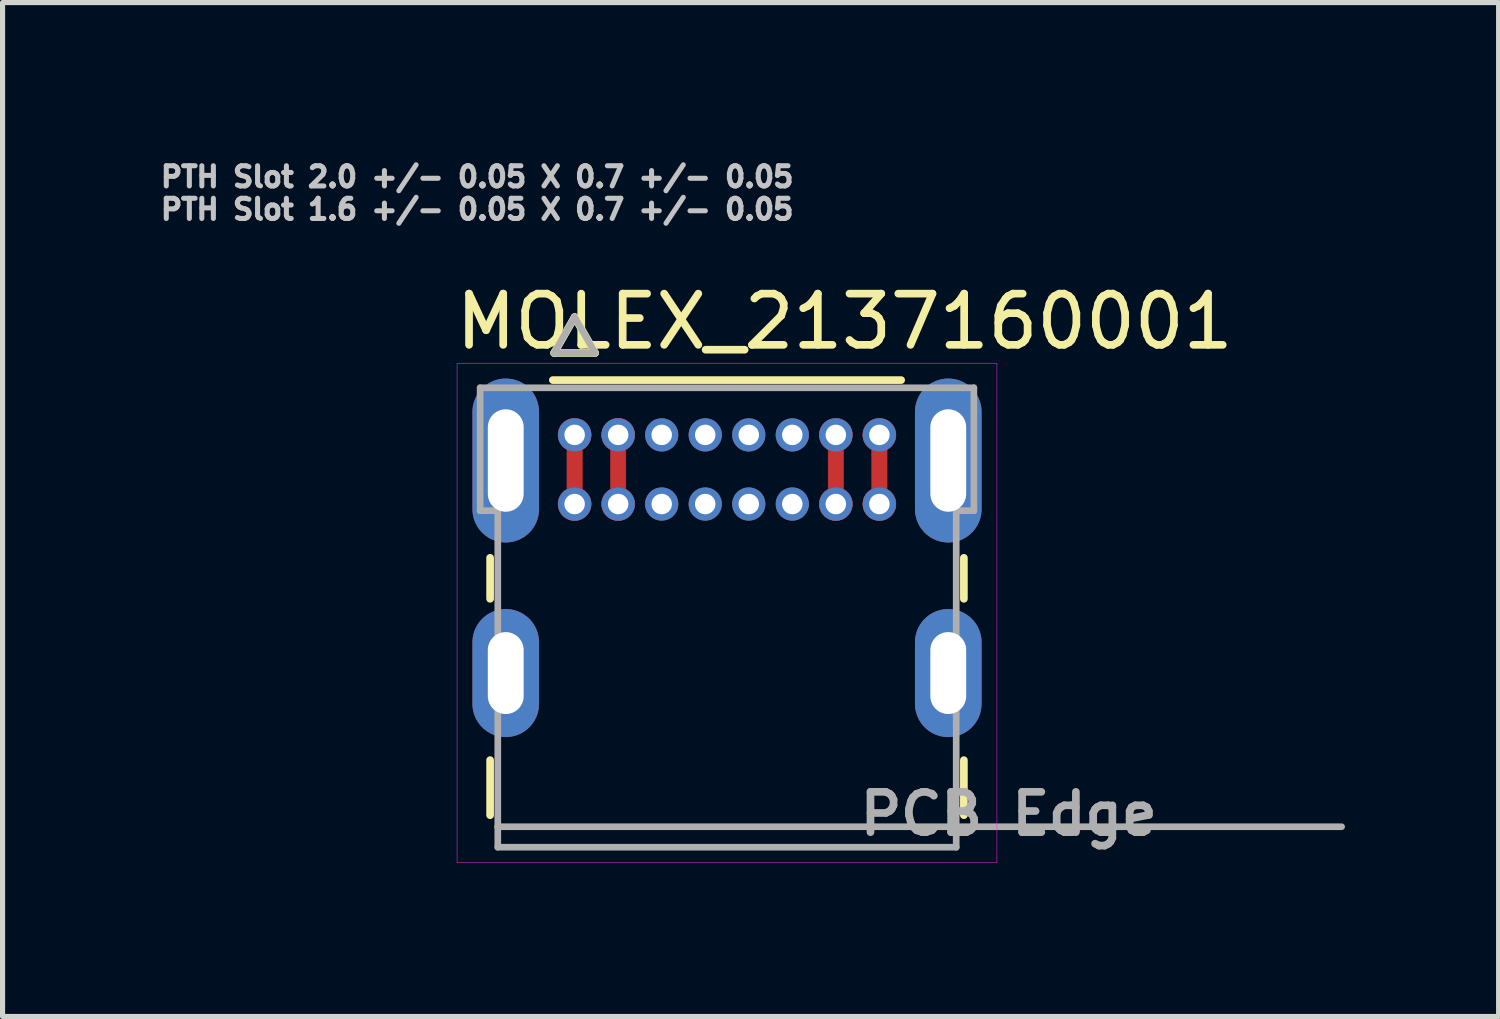
<source format=kicad_pcb>
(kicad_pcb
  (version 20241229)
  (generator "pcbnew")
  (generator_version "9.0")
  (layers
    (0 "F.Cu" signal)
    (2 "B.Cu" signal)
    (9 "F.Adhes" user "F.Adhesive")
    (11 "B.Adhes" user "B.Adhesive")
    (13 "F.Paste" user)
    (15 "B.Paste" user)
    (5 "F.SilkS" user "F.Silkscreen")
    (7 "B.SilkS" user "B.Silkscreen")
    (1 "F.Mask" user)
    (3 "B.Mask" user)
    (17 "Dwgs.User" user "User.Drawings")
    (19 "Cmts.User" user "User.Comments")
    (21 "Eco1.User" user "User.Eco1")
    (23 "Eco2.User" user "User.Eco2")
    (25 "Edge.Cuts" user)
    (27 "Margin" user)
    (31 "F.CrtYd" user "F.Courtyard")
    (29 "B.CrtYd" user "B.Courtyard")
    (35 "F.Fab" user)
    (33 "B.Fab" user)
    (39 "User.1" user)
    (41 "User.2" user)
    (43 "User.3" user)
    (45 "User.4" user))
  (footprint "MOLEX_2137160001"
    (layer "F.Cu")
    (at 11.144 13.091)
    (property "Reference" "MOLEX_2137160001" (at 2.297 -9.863 0) (layer "F.SilkS") (effects (font (size 1 1) (thickness 0.15))))
    (attr through_hole)
    (fp_poly (pts (xy -2.825 -6.587) (xy -2.775 -6.555) (xy -2.733 -6.516) (xy -2.699 -6.47) (xy -2.673 -6.419) (xy -2.657 -6.364) (xy -2.651 -6.307) (xy -2.655 -6.25) (xy -2.669 -6.194) (xy -2.692 -6.142) (xy -2.724 -6.095) (xy -2.764 -6.054) (xy -2.811 -6.021) (xy -2.863 -5.996) (xy -2.918 -5.981) (xy -2.975 -5.976) (xy -3.032 -5.981) (xy -3.087 -5.996) (xy -3.139 -6.021) (xy -3.186 -6.054) (xy -3.226 -6.095) (xy -3.258 -6.142) (xy -3.281 -6.194) (xy -3.295 -6.25) (xy -3.299 -6.307) (xy -3.293 -6.364) (xy -3.277 -6.419) (xy -3.251 -6.47) (xy -3.217 -6.516) (xy -3.175 -6.555) (xy -3.125 -6.587) (xy -3.125 -7.363) (xy -3.175 -7.395) (xy -3.217 -7.434) (xy -3.251 -7.48) (xy -3.277 -7.531) (xy -3.293 -7.586) (xy -3.299 -7.643) (xy -3.295 -7.7) (xy -3.281 -7.756) (xy -3.258 -7.808) (xy -3.226 -7.855) (xy -3.186 -7.896) (xy -3.139 -7.929) (xy -3.087 -7.954) (xy -3.032 -7.969) (xy -2.975 -7.974) (xy -2.918 -7.969) (xy -2.863 -7.954) (xy -2.811 -7.929) (xy -2.764 -7.896) (xy -2.724 -7.855) (xy -2.692 -7.808) (xy -2.669 -7.756) (xy -2.655 -7.7) (xy -2.651 -7.643) (xy -2.657 -7.586) (xy -2.673 -7.531) (xy -2.699 -7.48) (xy -2.733 -7.434) (xy -2.775 -7.395) (xy -2.825 -7.363) (xy -2.825 -6.587) (xy -2.825 -6.587)) (stroke (width 0.01) (type solid)) (fill yes) (layer "F.Cu"))
    (fp_poly (pts (xy -1.975 -6.587) (xy -1.925 -6.555) (xy -1.883 -6.516) (xy -1.849 -6.47) (xy -1.823 -6.419) (xy -1.807 -6.364) (xy -1.801 -6.307) (xy -1.805 -6.25) (xy -1.819 -6.194) (xy -1.842 -6.142) (xy -1.874 -6.095) (xy -1.914 -6.054) (xy -1.961 -6.021) (xy -2.013 -5.996) (xy -2.068 -5.981) (xy -2.125 -5.976) (xy -2.182 -5.981) (xy -2.237 -5.996) (xy -2.289 -6.021) (xy -2.336 -6.054) (xy -2.376 -6.095) (xy -2.408 -6.142) (xy -2.431 -6.194) (xy -2.445 -6.25) (xy -2.449 -6.307) (xy -2.443 -6.364) (xy -2.427 -6.419) (xy -2.401 -6.47) (xy -2.367 -6.516) (xy -2.325 -6.555) (xy -2.275 -6.587) (xy -2.275 -7.363) (xy -2.325 -7.395) (xy -2.367 -7.434) (xy -2.401 -7.48) (xy -2.427 -7.531) (xy -2.443 -7.586) (xy -2.449 -7.643) (xy -2.445 -7.7) (xy -2.431 -7.756) (xy -2.408 -7.808) (xy -2.376 -7.855) (xy -2.336 -7.896) (xy -2.289 -7.929) (xy -2.237 -7.954) (xy -2.182 -7.969) (xy -2.125 -7.974) (xy -2.068 -7.969) (xy -2.013 -7.954) (xy -1.961 -7.929) (xy -1.914 -7.896) (xy -1.874 -7.855) (xy -1.842 -7.808) (xy -1.819 -7.756) (xy -1.805 -7.7) (xy -1.801 -7.643) (xy -1.807 -7.586) (xy -1.823 -7.531) (xy -1.849 -7.48) (xy -1.883 -7.434) (xy -1.925 -7.395) (xy -1.975 -7.363) (xy -1.975 -6.587) (xy -1.975 -6.587)) (stroke (width 0.01) (type solid)) (fill yes) (layer "F.Cu"))
    (fp_poly (pts (xy 1.975 -7.363) (xy 1.975 -6.587) (xy 1.925 -6.555) (xy 1.883 -6.516) (xy 1.849 -6.47) (xy 1.823 -6.419) (xy 1.807 -6.364) (xy 1.801 -6.307) (xy 1.805 -6.25) (xy 1.819 -6.194) (xy 1.842 -6.142) (xy 1.874 -6.095) (xy 1.914 -6.054) (xy 1.961 -6.021) (xy 2.013 -5.996) (xy 2.068 -5.981) (xy 2.125 -5.976) (xy 2.182 -5.981) (xy 2.237 -5.996) (xy 2.289 -6.021) (xy 2.336 -6.054) (xy 2.376 -6.095) (xy 2.408 -6.142) (xy 2.431 -6.194) (xy 2.445 -6.25) (xy 2.449 -6.307) (xy 2.443 -6.364) (xy 2.427 -6.419) (xy 2.401 -6.47) (xy 2.367 -6.516) (xy 2.325 -6.555) (xy 2.275 -6.587) (xy 2.275 -7.363) (xy 2.325 -7.395) (xy 2.367 -7.434) (xy 2.401 -7.48) (xy 2.427 -7.531) (xy 2.443 -7.586) (xy 2.449 -7.643) (xy 2.445 -7.7) (xy 2.431 -7.756) (xy 2.408 -7.808) (xy 2.376 -7.855) (xy 2.336 -7.896) (xy 2.289 -7.929) (xy 2.237 -7.954) (xy 2.182 -7.969) (xy 2.125 -7.974) (xy 2.068 -7.969) (xy 2.013 -7.954) (xy 1.961 -7.929) (xy 1.914 -7.896) (xy 1.874 -7.855) (xy 1.842 -7.808) (xy 1.819 -7.756) (xy 1.805 -7.7) (xy 1.801 -7.643) (xy 1.807 -7.586) (xy 1.823 -7.531) (xy 1.849 -7.48) (xy 1.883 -7.434) (xy 1.925 -7.395) (xy 1.975 -7.363) (xy 1.975 -7.363)) (stroke (width 0.01) (type solid)) (fill yes) (layer "F.Cu"))
    (fp_poly (pts (xy 3.125 -6.587) (xy 3.175 -6.555) (xy 3.217 -6.516) (xy 3.251 -6.47) (xy 3.277 -6.419) (xy 3.293 -6.364) (xy 3.299 -6.307) (xy 3.295 -6.25) (xy 3.281 -6.194) (xy 3.258 -6.142) (xy 3.226 -6.095) (xy 3.186 -6.054) (xy 3.139 -6.021) (xy 3.087 -5.996) (xy 3.032 -5.981) (xy 2.975 -5.976) (xy 2.918 -5.981) (xy 2.863 -5.996) (xy 2.811 -6.021) (xy 2.764 -6.054) (xy 2.724 -6.095) (xy 2.692 -6.142) (xy 2.669 -6.194) (xy 2.655 -6.25) (xy 2.651 -6.307) (xy 2.657 -6.364) (xy 2.673 -6.419) (xy 2.699 -6.47) (xy 2.733 -6.516) (xy 2.775 -6.555) (xy 2.825 -6.587) (xy 2.825 -7.363) (xy 2.775 -7.395) (xy 2.733 -7.434) (xy 2.699 -7.48) (xy 2.673 -7.531) (xy 2.657 -7.586) (xy 2.651 -7.643) (xy 2.655 -7.7) (xy 2.669 -7.756) (xy 2.692 -7.808) (xy 2.724 -7.855) (xy 2.764 -7.896) (xy 2.811 -7.929) (xy 2.863 -7.954) (xy 2.918 -7.969) (xy 2.975 -7.974) (xy 3.032 -7.969) (xy 3.087 -7.954) (xy 3.139 -7.929) (xy 3.186 -7.896) (xy 3.226 -7.855) (xy 3.258 -7.808) (xy 3.281 -7.756) (xy 3.295 -7.7) (xy 3.299 -7.643) (xy 3.293 -7.586) (xy 3.277 -7.531) (xy 3.251 -7.48) (xy 3.217 -7.434) (xy 3.175 -7.395) (xy 3.125 -7.363) (xy 3.125 -6.587) (xy 3.125 -6.587)) (stroke (width 0.01) (type solid)) (fill yes) (layer "F.Cu"))
    (fp_circle (center -1.275 -7.65) (end -1.081 -7.65) (stroke (width 0.388) (type solid)) (fill no) (layer "F.Mask"))
    (fp_circle (center -1.275 -6.3) (end -1.081 -6.3) (stroke (width 0.388) (type solid)) (fill no) (layer "F.Mask"))
    (fp_circle (center -0.425 -7.65) (end -0.231 -7.65) (stroke (width 0.388) (type solid)) (fill no) (layer "F.Mask"))
    (fp_circle (center -0.425 -6.3) (end -0.231 -6.3) (stroke (width 0.388) (type solid)) (fill no) (layer "F.Mask"))
    (fp_circle (center 0.425 -7.65) (end 0.619 -7.65) (stroke (width 0.388) (type solid)) (fill no) (layer "F.Mask"))
    (fp_circle (center 0.425 -6.3) (end 0.619 -6.3) (stroke (width 0.388) (type solid)) (fill no) (layer "F.Mask"))
    (fp_circle (center 1.275 -7.65) (end 1.469 -7.65) (stroke (width 0.388) (type solid)) (fill no) (layer "F.Mask"))
    (fp_circle (center 1.275 -6.3) (end 1.469 -6.3) (stroke (width 0.388) (type solid)) (fill no) (layer "F.Mask"))
    (fp_poly (pts (xy -3.188 -7.327) (xy -3.188 -6.623) (xy -3.238 -6.584) (xy -3.283 -6.535) (xy -3.318 -6.48) (xy -3.344 -6.418) (xy -3.359 -6.354) (xy -3.362 -6.288) (xy -3.355 -6.222) (xy -3.336 -6.159) (xy -3.306 -6.099) (xy -3.267 -6.046) (xy -3.22 -6) (xy -3.165 -5.962) (xy -3.105 -5.935) (xy -3.041 -5.918) (xy -2.975 -5.912) (xy -2.909 -5.918) (xy -2.845 -5.935) (xy -2.785 -5.962) (xy -2.73 -6) (xy -2.683 -6.046) (xy -2.644 -6.099) (xy -2.614 -6.159) (xy -2.595 -6.222) (xy -2.588 -6.288) (xy -2.591 -6.354) (xy -2.606 -6.418) (xy -2.632 -6.48) (xy -2.667 -6.535) (xy -2.712 -6.584) (xy -2.761 -6.623) (xy -2.761 -7.327) (xy -2.712 -7.366) (xy -2.667 -7.415) (xy -2.632 -7.47) (xy -2.606 -7.532) (xy -2.591 -7.596) (xy -2.588 -7.662) (xy -2.595 -7.728) (xy -2.614 -7.791) (xy -2.644 -7.851) (xy -2.683 -7.904) (xy -2.73 -7.95) (xy -2.785 -7.988) (xy -2.845 -8.015) (xy -2.909 -8.032) (xy -2.975 -8.038) (xy -3.041 -8.032) (xy -3.105 -8.015) (xy -3.165 -7.988) (xy -3.22 -7.95) (xy -3.267 -7.904) (xy -3.306 -7.851) (xy -3.336 -7.791) (xy -3.355 -7.728) (xy -3.362 -7.662) (xy -3.359 -7.596) (xy -3.344 -7.532) (xy -3.318 -7.47) (xy -3.283 -7.415) (xy -3.238 -7.366) (xy -3.188 -7.327) (xy -3.188 -7.327)) (stroke (width 0.01) (type solid)) (fill yes) (layer "F.Mask"))
    (fp_poly (pts (xy -1.911 -6.623) (xy -1.862 -6.584) (xy -1.817 -6.535) (xy -1.782 -6.48) (xy -1.756 -6.418) (xy -1.741 -6.354) (xy -1.738 -6.288) (xy -1.745 -6.222) (xy -1.764 -6.159) (xy -1.794 -6.099) (xy -1.833 -6.046) (xy -1.88 -6) (xy -1.935 -5.962) (xy -1.995 -5.935) (xy -2.059 -5.918) (xy -2.125 -5.912) (xy -2.191 -5.918) (xy -2.255 -5.935) (xy -2.315 -5.962) (xy -2.37 -6) (xy -2.417 -6.046) (xy -2.456 -6.099) (xy -2.486 -6.159) (xy -2.505 -6.222) (xy -2.512 -6.288) (xy -2.509 -6.354) (xy -2.494 -6.418) (xy -2.468 -6.48) (xy -2.433 -6.535) (xy -2.388 -6.584) (xy -2.338 -6.623) (xy -2.338 -7.327) (xy -2.388 -7.366) (xy -2.433 -7.415) (xy -2.468 -7.47) (xy -2.494 -7.532) (xy -2.509 -7.596) (xy -2.512 -7.662) (xy -2.505 -7.728) (xy -2.486 -7.791) (xy -2.456 -7.851) (xy -2.417 -7.904) (xy -2.37 -7.95) (xy -2.315 -7.988) (xy -2.255 -8.015) (xy -2.191 -8.032) (xy -2.125 -8.038) (xy -2.059 -8.032) (xy -1.995 -8.015) (xy -1.935 -7.988) (xy -1.88 -7.95) (xy -1.833 -7.904) (xy -1.794 -7.851) (xy -1.764 -7.791) (xy -1.745 -7.728) (xy -1.738 -7.662) (xy -1.741 -7.596) (xy -1.756 -7.532) (xy -1.782 -7.47) (xy -1.817 -7.415) (xy -1.862 -7.366) (xy -1.911 -7.327) (xy -1.911 -6.623) (xy -1.911 -6.623)) (stroke (width 0.01) (type solid)) (fill yes) (layer "F.Mask"))
    (fp_poly (pts (xy 2.338 -6.623) (xy 2.388 -6.584) (xy 2.433 -6.535) (xy 2.468 -6.48) (xy 2.494 -6.418) (xy 2.509 -6.354) (xy 2.512 -6.288) (xy 2.505 -6.222) (xy 2.486 -6.159) (xy 2.456 -6.099) (xy 2.417 -6.046) (xy 2.37 -6) (xy 2.315 -5.962) (xy 2.255 -5.935) (xy 2.191 -5.918) (xy 2.125 -5.912) (xy 2.059 -5.918) (xy 1.995 -5.935) (xy 1.935 -5.962) (xy 1.88 -6) (xy 1.833 -6.046) (xy 1.794 -6.099) (xy 1.764 -6.159) (xy 1.745 -6.222) (xy 1.738 -6.288) (xy 1.741 -6.354) (xy 1.756 -6.418) (xy 1.782 -6.48) (xy 1.817 -6.535) (xy 1.862 -6.584) (xy 1.911 -6.623) (xy 1.911 -7.327) (xy 1.862 -7.366) (xy 1.817 -7.415) (xy 1.782 -7.47) (xy 1.756 -7.532) (xy 1.741 -7.596) (xy 1.738 -7.662) (xy 1.745 -7.728) (xy 1.764 -7.791) (xy 1.794 -7.851) (xy 1.833 -7.904) (xy 1.88 -7.95) (xy 1.935 -7.988) (xy 1.995 -8.015) (xy 2.059 -8.032) (xy 2.125 -8.038) (xy 2.191 -8.032) (xy 2.255 -8.015) (xy 2.315 -7.988) (xy 2.37 -7.95) (xy 2.417 -7.904) (xy 2.456 -7.851) (xy 2.486 -7.791) (xy 2.505 -7.728) (xy 2.512 -7.662) (xy 2.509 -7.596) (xy 2.494 -7.532) (xy 2.468 -7.47) (xy 2.433 -7.415) (xy 2.388 -7.366) (xy 2.338 -7.327) (xy 2.338 -6.623) (xy 2.338 -6.623)) (stroke (width 0.01) (type solid)) (fill yes) (layer "F.Mask"))
    (fp_poly (pts (xy 2.761 -7.327) (xy 2.761 -6.623) (xy 2.712 -6.584) (xy 2.667 -6.535) (xy 2.632 -6.48) (xy 2.606 -6.418) (xy 2.591 -6.354) (xy 2.588 -6.288) (xy 2.595 -6.222) (xy 2.614 -6.159) (xy 2.644 -6.099) (xy 2.683 -6.046) (xy 2.73 -6) (xy 2.785 -5.962) (xy 2.845 -5.935) (xy 2.909 -5.918) (xy 2.975 -5.912) (xy 3.041 -5.918) (xy 3.105 -5.935) (xy 3.165 -5.962) (xy 3.22 -6) (xy 3.267 -6.046) (xy 3.306 -6.099) (xy 3.336 -6.159) (xy 3.355 -6.222) (xy 3.362 -6.288) (xy 3.359 -6.354) (xy 3.344 -6.418) (xy 3.318 -6.48) (xy 3.283 -6.535) (xy 3.238 -6.584) (xy 3.188 -6.623) (xy 3.188 -7.327) (xy 3.238 -7.366) (xy 3.283 -7.415) (xy 3.318 -7.47) (xy 3.344 -7.532) (xy 3.359 -7.596) (xy 3.362 -7.662) (xy 3.355 -7.728) (xy 3.336 -7.791) (xy 3.306 -7.851) (xy 3.267 -7.904) (xy 3.22 -7.95) (xy 3.165 -7.988) (xy 3.105 -8.015) (xy 3.041 -8.032) (xy 2.975 -8.038) (xy 2.909 -8.032) (xy 2.845 -8.015) (xy 2.785 -7.988) (xy 2.73 -7.95) (xy 2.683 -7.904) (xy 2.644 -7.851) (xy 2.614 -7.791) (xy 2.595 -7.728) (xy 2.588 -7.662) (xy 2.591 -7.596) (xy 2.606 -7.532) (xy 2.632 -7.47) (xy 2.667 -7.415) (xy 2.712 -7.366) (xy 2.761 -7.327) (xy 2.761 -7.327)) (stroke (width 0.01) (type solid)) (fill yes) (layer "F.Mask"))
    (fp_circle (center -2.975 -7.65) (end -2.781 -7.65) (stroke (width 0.388) (type solid)) (fill no) (layer "B.Mask"))
    (fp_circle (center -2.975 -6.3) (end -2.781 -6.3) (stroke (width 0.388) (type solid)) (fill no) (layer "B.Mask"))
    (fp_circle (center -2.125 -7.65) (end -1.931 -7.65) (stroke (width 0.388) (type solid)) (fill no) (layer "B.Mask"))
    (fp_circle (center -2.125 -6.3) (end -1.931 -6.3) (stroke (width 0.388) (type solid)) (fill no) (layer "B.Mask"))
    (fp_circle (center -1.275 -7.65) (end -1.081 -7.65) (stroke (width 0.388) (type solid)) (fill no) (layer "B.Mask"))
    (fp_circle (center -1.275 -6.3) (end -1.081 -6.3) (stroke (width 0.388) (type solid)) (fill no) (layer "B.Mask"))
    (fp_circle (center -0.425 -7.65) (end -0.231 -7.65) (stroke (width 0.388) (type solid)) (fill no) (layer "B.Mask"))
    (fp_circle (center -0.425 -6.3) (end -0.231 -6.3) (stroke (width 0.388) (type solid)) (fill no) (layer "B.Mask"))
    (fp_circle (center 0.425 -7.65) (end 0.619 -7.65) (stroke (width 0.388) (type solid)) (fill no) (layer "B.Mask"))
    (fp_circle (center 0.425 -6.3) (end 0.619 -6.3) (stroke (width 0.388) (type solid)) (fill no) (layer "B.Mask"))
    (fp_circle (center 1.275 -7.65) (end 1.469 -7.65) (stroke (width 0.388) (type solid)) (fill no) (layer "B.Mask"))
    (fp_circle (center 1.275 -6.3) (end 1.469 -6.3) (stroke (width 0.388) (type solid)) (fill no) (layer "B.Mask"))
    (fp_circle (center 2.125 -7.65) (end 2.319 -7.65) (stroke (width 0.388) (type solid)) (fill no) (layer "B.Mask"))
    (fp_circle (center 2.125 -6.3) (end 2.319 -6.3) (stroke (width 0.388) (type solid)) (fill no) (layer "B.Mask"))
    (fp_circle (center 2.975 -7.65) (end 3.169 -7.65) (stroke (width 0.388) (type solid)) (fill no) (layer "B.Mask"))
    (fp_circle (center 2.975 -6.3) (end 3.169 -6.3) (stroke (width 0.388) (type solid)) (fill no) (layer "B.Mask"))
    (fp_line (start -4.625 -5.25) (end -4.625 -4.45) (stroke (width 0.15) (type solid)) (layer "F.SilkS"))
    (fp_line (start -4.625 -0.225) (end -4.625 -1.3) (stroke (width 0.15) (type solid)) (layer "F.SilkS"))
    (fp_line (start -3.375 -9.25) (end -2.575 -9.25) (stroke (width 0.15) (type solid)) (layer "F.SilkS"))
    (fp_line (start -2.975 -9.95) (end -3.375 -9.25) (stroke (width 0.15) (type solid)) (layer "F.SilkS"))
    (fp_line (start -2.575 -9.25) (end -2.975 -9.95) (stroke (width 0.15) (type solid)) (layer "F.SilkS"))
    (fp_line (start 3.4 -8.72) (end -3.4 -8.72) (stroke (width 0.15) (type solid)) (layer "F.SilkS"))
    (fp_line (start 4.625 -4.45) (end 4.625 -5.25) (stroke (width 0.15) (type solid)) (layer "F.SilkS"))
    (fp_line (start 4.625 -0.225) (end 4.625 -1.3) (stroke (width 0.15) (type solid)) (layer "F.SilkS"))
    (fp_line (start -5.27 -9.05) (end -5.27 0.7) (stroke (width 0.01) (type solid)) (layer "F.CrtYd"))
    (fp_line (start -5.27 0.7) (end 5.27 0.7) (stroke (width 0.01) (type solid)) (layer "F.CrtYd"))
    (fp_line (start 5.27 -9.05) (end -5.27 -9.05) (stroke (width 0.01) (type solid)) (layer "F.CrtYd"))
    (fp_line (start 5.27 0.7) (end 5.27 -9.05) (stroke (width 0.01) (type solid)) (layer "F.CrtYd"))
    (fp_line (start -4.82 -8.57) (end -4.82 -6.17) (stroke (width 0.13) (type solid)) (layer "F.Fab"))
    (fp_line (start -4.82 -6.17) (end -4.475 -6.17) (stroke (width 0.13) (type solid)) (layer "F.Fab"))
    (fp_line (start -4.475 -6.17) (end -4.475 0) (stroke (width 0.13) (type solid)) (layer "F.Fab"))
    (fp_line (start -4.475 0) (end -4.475 0.4) (stroke (width 0.13) (type solid)) (layer "F.Fab"))
    (fp_line (start -4.475 0) (end 12 0) (stroke (width 0.13) (type solid)) (layer "F.Fab"))
    (fp_line (start -4.475 0.4) (end 4.475 0.4) (stroke (width 0.13) (type solid)) (layer "F.Fab"))
    (fp_line (start -3.375 -9.25) (end -2.575 -9.25) (stroke (width 0.13) (type solid)) (layer "F.Fab"))
    (fp_line (start -2.975 -9.95) (end -3.375 -9.25) (stroke (width 0.13) (type solid)) (layer "F.Fab"))
    (fp_line (start -2.575 -9.25) (end -2.975 -9.95) (stroke (width 0.13) (type solid)) (layer "F.Fab"))
    (fp_line (start 4.475 0.4) (end 4.475 -6.17) (stroke (width 0.13) (type solid)) (layer "F.Fab"))
    (fp_line (start 4.82 -8.57) (end -4.82 -8.57) (stroke (width 0.13) (type solid)) (layer "F.Fab"))
    (fp_line (start 4.82 -8.57) (end 4.82 -6.17) (stroke (width 0.13) (type solid)) (layer "F.Fab"))
    (fp_line (start 4.82 -6.17) (end 4.475 -6.17) (stroke (width 0.13) (type solid)) (layer "F.Fab"))
    (fp_text user "PTH Slot 1.6 +/- 0.05 X 0.7 +/- 0.05" (at -4.878 -12.053 0) (layer "Dwgs.User") (effects (font (size 0.394 0.394) (thickness 0.15))))
    (fp_text user "PTH Slot 2.0 +/- 0.05 X 0.7 +/- 0.05" (at -4.878 -12.688 0) (layer "Dwgs.User") (effects (font (size 0.394 0.394) (thickness 0.15))))
    (fp_text user "PCB Edge" (at 5.5 -0.25 0) (layer "F.Fab") (effects (font (size 0.787 0.787) (thickness 0.15))))
    (pad "A1" thru_hole circle (at -2.975 -7.65) (size 0.648 0.648) (drill 0.4) (layers "*.Cu"))
    (pad "A4" thru_hole circle (at -2.125 -7.65) (size 0.648 0.648) (drill 0.4) (layers "*.Cu"))
    (pad "A5" thru_hole circle (at -1.275 -7.65) (size 0.648 0.648) (drill 0.4) (layers "*.Cu"))
    (pad "A6" thru_hole circle (at -0.425 -7.65) (size 0.648 0.648) (drill 0.4) (layers "*.Cu"))
    (pad "A7" thru_hole circle (at 0.425 -7.65) (size 0.648 0.648) (drill 0.4) (layers "*.Cu"))
    (pad "A8" thru_hole circle (at 1.275 -7.65) (size 0.648 0.648) (drill 0.4) (layers "*.Cu"))
    (pad "A9" thru_hole circle (at 2.125 -7.65) (size 0.648 0.648) (drill 0.4) (layers "*.Cu"))
    (pad "A12" thru_hole circle (at 2.975 -7.65) (size 0.648 0.648) (drill 0.4) (layers "*.Cu"))
    (pad "B1" thru_hole circle (at 2.975 -6.3) (size 0.648 0.648) (drill 0.4) (layers "*.Cu"))
    (pad "B4" thru_hole circle (at 2.125 -6.3) (size 0.648 0.648) (drill 0.4) (layers "*.Cu"))
    (pad "B5" thru_hole circle (at 1.275 -6.3) (size 0.648 0.648) (drill 0.4) (layers "*.Cu"))
    (pad "B6" thru_hole circle (at 0.425 -6.3) (size 0.648 0.648) (drill 0.4) (layers "*.Cu"))
    (pad "B7" thru_hole circle (at -0.425 -6.3) (size 0.648 0.648) (drill 0.4) (layers "*.Cu"))
    (pad "B8" thru_hole circle (at -1.275 -6.3) (size 0.648 0.648) (drill 0.4) (layers "*.Cu"))
    (pad "B9" thru_hole circle (at -2.125 -6.3) (size 0.648 0.648) (drill 0.4) (layers "*.Cu"))
    (pad "B12" thru_hole circle (at -2.975 -6.3) (size 0.648 0.648) (drill 0.4) (layers "*.Cu"))
    (pad "SH1" thru_hole oval (at -4.32 -3) (size 1.3 2.5) (drill oval 0.7 1.6) (layers "*.Cu" "*.Mask"))
    (pad "SH2" thru_hole oval (at 4.32 -3) (size 1.3 2.5) (drill oval 0.7 1.6) (layers "*.Cu" "*.Mask"))
    (pad "SH3" thru_hole oval (at -4.32 -7.15) (size 1.3 3.2) (drill oval 0.7 2) (layers "*.Cu" "*.Mask"))
    (pad "SH4" thru_hole oval (at 4.32 -7.15) (size 1.3 3.2) (drill oval 0.7 2) (layers "*.Cu" "*.Mask")))
  (gr_rect
    (start -3 -3)
    (end 26.209 16.796)
    (stroke (width 0.1) (type default))
    (fill no)
    (layer "Edge.Cuts")))
</source>
